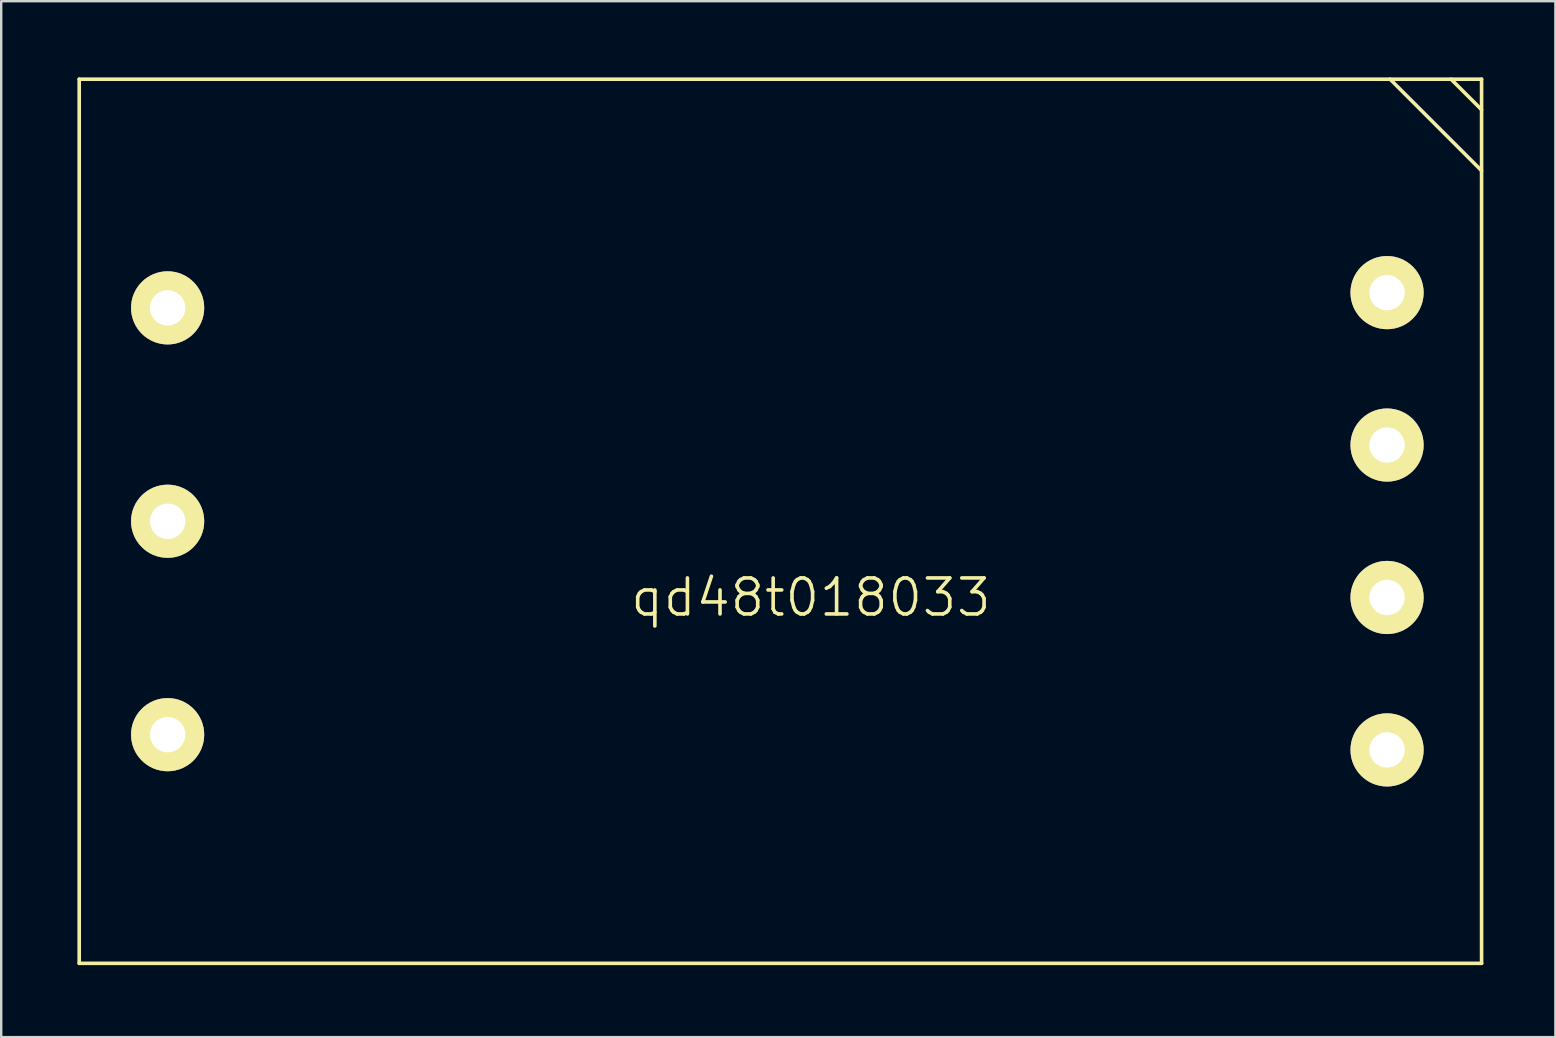
<source format=kicad_pcb>
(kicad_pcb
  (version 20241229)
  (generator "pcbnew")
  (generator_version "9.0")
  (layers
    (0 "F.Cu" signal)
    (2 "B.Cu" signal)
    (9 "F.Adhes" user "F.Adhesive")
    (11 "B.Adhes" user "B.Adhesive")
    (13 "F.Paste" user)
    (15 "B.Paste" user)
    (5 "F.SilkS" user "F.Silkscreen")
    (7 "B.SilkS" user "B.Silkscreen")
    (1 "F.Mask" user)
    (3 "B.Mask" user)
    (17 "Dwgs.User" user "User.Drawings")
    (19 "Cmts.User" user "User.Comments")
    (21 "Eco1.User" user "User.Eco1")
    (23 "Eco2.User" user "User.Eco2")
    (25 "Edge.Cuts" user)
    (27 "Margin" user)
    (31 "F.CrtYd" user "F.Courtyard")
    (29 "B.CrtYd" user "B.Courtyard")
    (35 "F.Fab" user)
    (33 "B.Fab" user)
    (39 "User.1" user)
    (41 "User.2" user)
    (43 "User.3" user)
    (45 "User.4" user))
  (footprint "qd48t018033"
    (layer "F.Cu")
    (at 0.25 0.25)
    (property "Reference" "qd48t018033" (at 30.48 21.59 0) (layer "F.SilkS") (effects (font (size 1.5 1.5) (thickness 0.15))))
    (attr through_hole)
    (fp_line (start 0 0) (end 58.42 0) (stroke (width 0.15) (type solid)) (layer "F.SilkS"))
    (fp_line (start 0 36.83) (end 0 0) (stroke (width 0.15) (type solid)) (layer "F.SilkS"))
    (fp_line (start 54.61 0) (end 58.42 3.81) (stroke (width 0.15) (type solid)) (layer "F.SilkS"))
    (fp_line (start 57.15 0) (end 58.42 1.27) (stroke (width 0.15) (type solid)) (layer "F.SilkS"))
    (fp_line (start 58.42 0) (end 58.42 36.83) (stroke (width 0.15) (type solid)) (layer "F.SilkS"))
    (fp_line (start 58.42 36.83) (end 0 36.83) (stroke (width 0.15) (type solid)) (layer "F.SilkS"))
    (pad "1" thru_hole circle (at 3.683 9.525) (size 3.048 3.048) (drill 1.473) (layers "*.Cu" "*.Mask" "F.SilkS"))
    (pad "2" thru_hole circle (at 3.683 18.415) (size 3.048 3.048) (drill 1.473) (layers "*.Cu" "*.Mask" "F.SilkS"))
    (pad "3" thru_hole circle (at 3.683 27.305) (size 3.048 3.048) (drill 1.473) (layers "*.Cu" "*.Mask" "F.SilkS"))
    (pad "4" thru_hole circle (at 54.483 27.94) (size 3.048 3.048) (drill 1.473) (layers "*.Cu" "*.Mask" "F.SilkS"))
    (pad "5" thru_hole circle (at 54.483 21.59) (size 3.048 3.048) (drill 1.473) (layers "*.Cu" "*.Mask" "F.SilkS"))
    (pad "6" thru_hole circle (at 54.483 15.24) (size 3.048 3.048) (drill 1.473) (layers "*.Cu" "*.Mask" "F.SilkS"))
    (pad "7" thru_hole circle (at 54.483 8.89) (size 3.048 3.048) (drill 1.473) (layers "*.Cu" "*.Mask" "F.SilkS")))
  (gr_rect
    (start -3 -3)
    (end 61.745 40.155)
    (stroke (width 0.1) (type default))
    (fill no)
    (layer "Edge.Cuts")))
</source>
